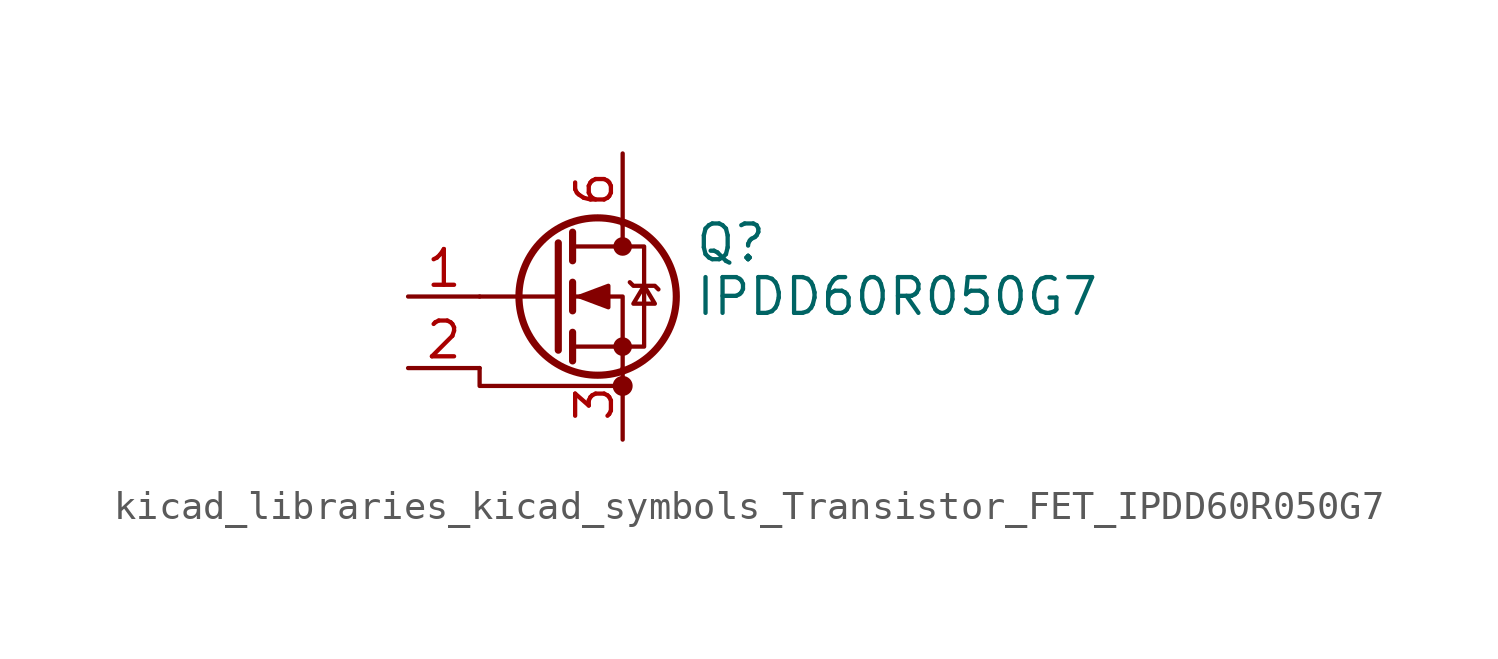
<source format=kicad_sym>
(kicad_symbol_lib
  (version 20220914)
  (generator kicad_symbol_editor)
  (symbol "kicad_libraries_kicad_symbols_Transistor_FET_IPDD60R050G7"
    (pin_names hide)
    (property "Reference" "Q"
      (at 5.08 1.905 0)
      (effects (font (size 1.27 1.27)) (justify left)))
    (property "Value" "IPDD60R050G7"
      (at 5.08 0 0)
      (effects (font (size 1.27 1.27)) (justify left)))
    (symbol "kicad_libraries_kicad_symbols_Transistor_FET_IPDD60R050G7_0_1"
      (polyline (pts (xy 0.254 0) (xy -2.54 0)) (stroke (width 0) (type default)) (fill (type none)))
      (polyline (pts (xy 0.254 1.905) (xy 0.254 -1.905)) (stroke (width 0.254) (type default)) (fill (type none)))
      (polyline (pts (xy 0.762 -1.27) (xy 0.762 -2.286)) (stroke (width 0.254) (type default)) (fill (type none)))
      (polyline (pts (xy 0.762 0.508) (xy 0.762 -0.508)) (stroke (width 0.254) (type default)) (fill (type none)))
      (polyline (pts (xy 0.762 2.286) (xy 0.762 1.27)) (stroke (width 0.254) (type default)) (fill (type none)))
      (polyline (pts (xy 2.54 2.54) (xy 2.54 1.778)) (stroke (width 0) (type default)) (fill (type none)))
      (polyline (pts (xy -2.54 -2.54) (xy -2.54 -3.175) (xy 2.54 -3.175)) (stroke (width 0) (type default)) (fill (type none)))
      (polyline (pts (xy 2.54 -2.54) (xy 2.54 0) (xy 0.762 0)) (stroke (width 0) (type default)) (fill (type none)))
      (polyline (pts (xy 0.762 -1.778) (xy 3.302 -1.778) (xy 3.302 1.778) (xy 0.762 1.778)) (stroke (width 0) (type default)) (fill (type none)))
      (polyline (pts (xy 1.016 0) (xy 2.032 0.381) (xy 2.032 -0.381) (xy 1.016 0)) (stroke (width 0) (type default)) (fill (type outline)))
      (polyline (pts (xy 2.794 0.508) (xy 2.921 0.381) (xy 3.683 0.381) (xy 3.81 0.254)) (stroke (width 0) (type default)) (fill (type none)))
      (polyline (pts (xy 3.302 0.381) (xy 2.921 -0.254) (xy 3.683 -0.254) (xy 3.302 0.381)) (stroke (width 0) (type default)) (fill (type none)))
      (circle (center 1.651 0) (radius 2.794) (stroke (width 0.254) (type default)) (fill (type none)))
      (circle (center 2.54 -3.175) (radius 0.279) (stroke (width 0) (type default)) (fill (type outline)))
      (circle (center 2.54 -1.778) (radius 0.254) (stroke (width 0) (type default)) (fill (type outline)))
      (circle (center 2.54 1.778) (radius 0.254) (stroke (width 0) (type default)) (fill (type outline))))
    (symbol "kicad_libraries_kicad_symbols_Transistor_FET_IPDD60R050G7_1_1"
      (pin input line (at -5.08 0 0) (length 2.54) (name "G" (effects (font (size 1.27 1.27)))) (number "1" (effects (font (size 1.27 1.27)))))
      (pin passive line (at 2.54 5.08 270) (length 2.54) hide (name "D" (effects (font (size 1.27 1.27)))) (number "10" (effects (font (size 1.27 1.27)))))
      (pin passive line (at -5.08 -2.54 0) (length 2.54) (name "DS" (effects (font (size 1.27 1.27)))) (number "2" (effects (font (size 1.27 1.27)))))
      (pin passive line (at 2.54 -5.08 90) (length 2.54) (name "PS" (effects (font (size 1.27 1.27)))) (number "3" (effects (font (size 1.27 1.27)))))
      (pin passive line (at 2.54 -5.08 90) (length 2.54) hide (name "PS" (effects (font (size 1.27 1.27)))) (number "4" (effects (font (size 1.27 1.27)))))
      (pin passive line (at 2.54 -5.08 90) (length 2.54) hide (name "PS" (effects (font (size 1.27 1.27)))) (number "5" (effects (font (size 1.27 1.27)))))
      (pin passive line (at 2.54 5.08 270) (length 2.54) (name "D" (effects (font (size 1.27 1.27)))) (number "6" (effects (font (size 1.27 1.27)))))
      (pin passive line (at 2.54 5.08 270) (length 2.54) hide (name "D" (effects (font (size 1.27 1.27)))) (number "7" (effects (font (size 1.27 1.27)))))
      (pin passive line (at 2.54 5.08 270) (length 2.54) hide (name "D" (effects (font (size 1.27 1.27)))) (number "8" (effects (font (size 1.27 1.27)))))
      (pin passive line (at 2.54 5.08 270) (length 2.54) hide (name "D" (effects (font (size 1.27 1.27)))) (number "9" (effects (font (size 1.27 1.27))))))))
</source>
